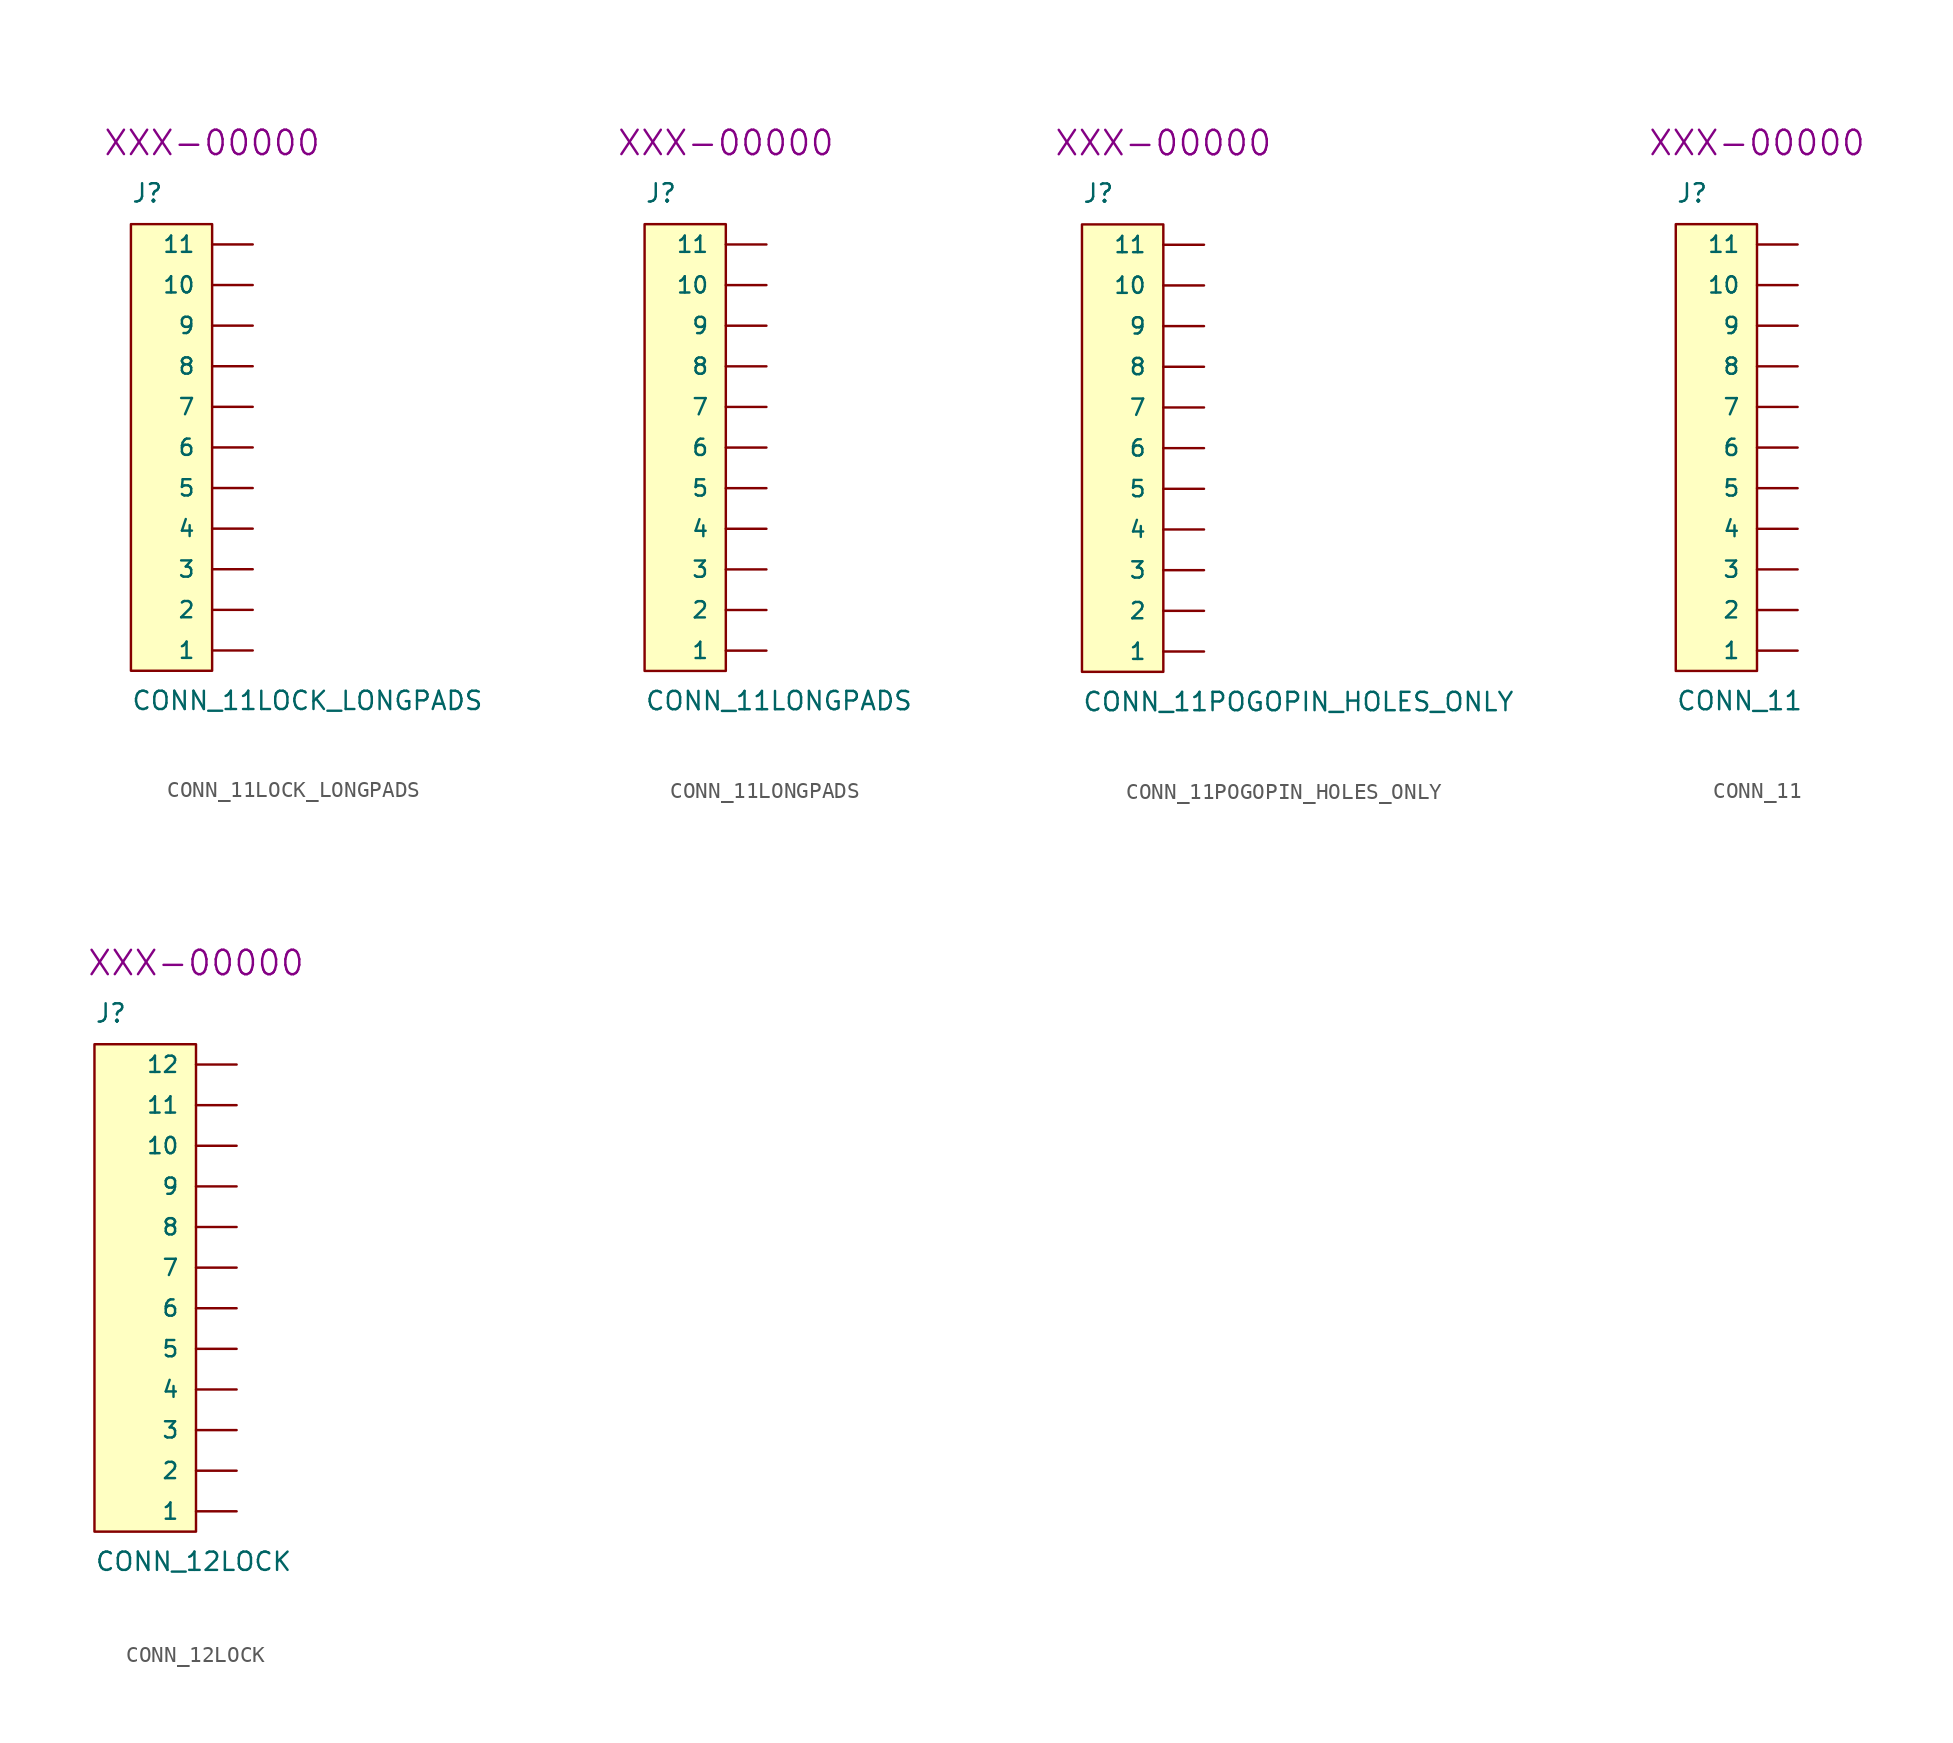
<source format=kicad_sym>
(kicad_symbol_lib
  (version 20220914)
  (generator kicad_symbol_editor)
  (symbol "CONN_11LOCK_LONGPADS"
    (pin_numbers hide)
    (pin_names
      (offset 1.016))
    (property "Reference" "J"
      (at -5.08 27.94 0)
      (effects (font (size 1.143 1.143)) (justify left bottom)))
    (property "Value" "CONN_11LOCK_LONGPADS"
      (at -5.08 -3.81 0)
      (effects (font (size 1.143 1.143)) (justify left bottom)))
    (property "Field4" "XXX-00000"
      (at 0 31.75 0)
      (effects (font (size 1.524 1.524))))
    (property "ki_locked" ""
      (at 0 0 0)
      (effects (font (size 1.27 1.27))))
    (symbol "CONN_11LOCK_LONGPADS_0_1"
      (rectangle (start 0 -1.27) (end -5.08 26.67) (stroke (width 0) (type solid)) (fill (type background))))
    (symbol "CONN_11LOCK_LONGPADS_1_1"
      (pin passive line (at 2.54 0 180) (length 2.54) (name "1" (effects (font (size 1.016 1.016)))) (number "1" (effects (font (size 1.016 1.016)))))
      (pin passive line (at 2.54 22.86 180) (length 2.54) (name "10" (effects (font (size 1.016 1.016)))) (number "10" (effects (font (size 1.016 1.016)))))
      (pin passive line (at 2.54 25.4 180) (length 2.54) (name "11" (effects (font (size 1.016 1.016)))) (number "11" (effects (font (size 1.016 1.016)))))
      (pin passive line (at 2.54 2.54 180) (length 2.54) (name "2" (effects (font (size 1.016 1.016)))) (number "2" (effects (font (size 1.016 1.016)))))
      (pin passive line (at 2.54 5.08 180) (length 2.54) (name "3" (effects (font (size 1.016 1.016)))) (number "3" (effects (font (size 1.016 1.016)))))
      (pin passive line (at 2.54 7.62 180) (length 2.54) (name "4" (effects (font (size 1.016 1.016)))) (number "4" (effects (font (size 1.016 1.016)))))
      (pin passive line (at 2.54 10.16 180) (length 2.54) (name "5" (effects (font (size 1.016 1.016)))) (number "5" (effects (font (size 1.016 1.016)))))
      (pin passive line (at 2.54 12.7 180) (length 2.54) (name "6" (effects (font (size 1.016 1.016)))) (number "6" (effects (font (size 1.016 1.016)))))
      (pin passive line (at 2.54 15.24 180) (length 2.54) (name "7" (effects (font (size 1.016 1.016)))) (number "7" (effects (font (size 1.016 1.016)))))
      (pin passive line (at 2.54 17.78 180) (length 2.54) (name "8" (effects (font (size 1.016 1.016)))) (number "8" (effects (font (size 1.016 1.016)))))
      (pin passive line (at 2.54 20.32 180) (length 2.54) (name "9" (effects (font (size 1.016 1.016)))) (number "9" (effects (font (size 1.016 1.016)))))))
  (symbol "CONN_11LONGPADS"
    (pin_numbers hide)
    (pin_names
      (offset 1.016))
    (property "Reference" "J"
      (at -5.08 27.94 0)
      (effects (font (size 1.143 1.143)) (justify left bottom)))
    (property "Value" "CONN_11LONGPADS"
      (at -5.08 -3.81 0)
      (effects (font (size 1.143 1.143)) (justify left bottom)))
    (property "Field4" "XXX-00000"
      (at 0 31.75 0)
      (effects (font (size 1.524 1.524))))
    (property "ki_locked" ""
      (at 0 0 0)
      (effects (font (size 1.27 1.27))))
    (symbol "CONN_11LONGPADS_0_1"
      (rectangle (start 0 -1.27) (end -5.08 26.67) (stroke (width 0) (type solid)) (fill (type background))))
    (symbol "CONN_11LONGPADS_1_1"
      (pin passive line (at 2.54 0 180) (length 2.54) (name "1" (effects (font (size 1.016 1.016)))) (number "1" (effects (font (size 1.016 1.016)))))
      (pin passive line (at 2.54 22.86 180) (length 2.54) (name "10" (effects (font (size 1.016 1.016)))) (number "10" (effects (font (size 1.016 1.016)))))
      (pin passive line (at 2.54 25.4 180) (length 2.54) (name "11" (effects (font (size 1.016 1.016)))) (number "11" (effects (font (size 1.016 1.016)))))
      (pin passive line (at 2.54 2.54 180) (length 2.54) (name "2" (effects (font (size 1.016 1.016)))) (number "2" (effects (font (size 1.016 1.016)))))
      (pin passive line (at 2.54 5.08 180) (length 2.54) (name "3" (effects (font (size 1.016 1.016)))) (number "3" (effects (font (size 1.016 1.016)))))
      (pin passive line (at 2.54 7.62 180) (length 2.54) (name "4" (effects (font (size 1.016 1.016)))) (number "4" (effects (font (size 1.016 1.016)))))
      (pin passive line (at 2.54 10.16 180) (length 2.54) (name "5" (effects (font (size 1.016 1.016)))) (number "5" (effects (font (size 1.016 1.016)))))
      (pin passive line (at 2.54 12.7 180) (length 2.54) (name "6" (effects (font (size 1.016 1.016)))) (number "6" (effects (font (size 1.016 1.016)))))
      (pin passive line (at 2.54 15.24 180) (length 2.54) (name "7" (effects (font (size 1.016 1.016)))) (number "7" (effects (font (size 1.016 1.016)))))
      (pin passive line (at 2.54 17.78 180) (length 2.54) (name "8" (effects (font (size 1.016 1.016)))) (number "8" (effects (font (size 1.016 1.016)))))
      (pin passive line (at 2.54 20.32 180) (length 2.54) (name "9" (effects (font (size 1.016 1.016)))) (number "9" (effects (font (size 1.016 1.016)))))))
  (symbol "CONN_11POGOPIN_HOLES_ONLY"
    (pin_numbers hide)
    (pin_names
      (offset 1.016))
    (property "Reference" "J"
      (at -5.08 27.94 0)
      (effects (font (size 1.143 1.143)) (justify left bottom)))
    (property "Value" "CONN_11POGOPIN_HOLES_ONLY"
      (at -5.08 -3.81 0)
      (effects (font (size 1.143 1.143)) (justify left bottom)))
    (property "Field4" "XXX-00000"
      (at 0 31.75 0)
      (effects (font (size 1.524 1.524))))
    (property "ki_locked" ""
      (at 0 0 0)
      (effects (font (size 1.27 1.27))))
    (symbol "CONN_11POGOPIN_HOLES_ONLY_0_1"
      (rectangle (start 0 -1.27) (end -5.08 26.67) (stroke (width 0) (type solid)) (fill (type background))))
    (symbol "CONN_11POGOPIN_HOLES_ONLY_1_1"
      (pin passive line (at 2.54 0 180) (length 2.54) (name "1" (effects (font (size 1.016 1.016)))) (number "1" (effects (font (size 1.016 1.016)))))
      (pin passive line (at 2.54 22.86 180) (length 2.54) (name "10" (effects (font (size 1.016 1.016)))) (number "10" (effects (font (size 1.016 1.016)))))
      (pin passive line (at 2.54 25.4 180) (length 2.54) (name "11" (effects (font (size 1.016 1.016)))) (number "11" (effects (font (size 1.016 1.016)))))
      (pin passive line (at 2.54 2.54 180) (length 2.54) (name "2" (effects (font (size 1.016 1.016)))) (number "2" (effects (font (size 1.016 1.016)))))
      (pin passive line (at 2.54 5.08 180) (length 2.54) (name "3" (effects (font (size 1.016 1.016)))) (number "3" (effects (font (size 1.016 1.016)))))
      (pin passive line (at 2.54 7.62 180) (length 2.54) (name "4" (effects (font (size 1.016 1.016)))) (number "4" (effects (font (size 1.016 1.016)))))
      (pin passive line (at 2.54 10.16 180) (length 2.54) (name "5" (effects (font (size 1.016 1.016)))) (number "5" (effects (font (size 1.016 1.016)))))
      (pin passive line (at 2.54 12.7 180) (length 2.54) (name "6" (effects (font (size 1.016 1.016)))) (number "6" (effects (font (size 1.016 1.016)))))
      (pin passive line (at 2.54 15.24 180) (length 2.54) (name "7" (effects (font (size 1.016 1.016)))) (number "7" (effects (font (size 1.016 1.016)))))
      (pin passive line (at 2.54 17.78 180) (length 2.54) (name "8" (effects (font (size 1.016 1.016)))) (number "8" (effects (font (size 1.016 1.016)))))
      (pin passive line (at 2.54 20.32 180) (length 2.54) (name "9" (effects (font (size 1.016 1.016)))) (number "9" (effects (font (size 1.016 1.016)))))))
  (symbol "CONN_11"
    (pin_numbers hide)
    (pin_names
      (offset 1.016))
    (property "Reference" "J"
      (at -5.08 27.94 0)
      (effects (font (size 1.143 1.143)) (justify left bottom)))
    (property "Value" "CONN_11"
      (at -5.08 -3.81 0)
      (effects (font (size 1.143 1.143)) (justify left bottom)))
    (property "Field4" "XXX-00000"
      (at 0 31.75 0)
      (effects (font (size 1.524 1.524))))
    (property "ki_locked" ""
      (at 0 0 0)
      (effects (font (size 1.27 1.27))))
    (symbol "CONN_11_0_1"
      (rectangle (start 0 -1.27) (end -5.08 26.67) (stroke (width 0) (type solid)) (fill (type background))))
    (symbol "CONN_11_1_1"
      (pin passive line (at 2.54 0 180) (length 2.54) (name "1" (effects (font (size 1.016 1.016)))) (number "1" (effects (font (size 1.016 1.016)))))
      (pin passive line (at 2.54 22.86 180) (length 2.54) (name "10" (effects (font (size 1.016 1.016)))) (number "10" (effects (font (size 1.016 1.016)))))
      (pin passive line (at 2.54 25.4 180) (length 2.54) (name "11" (effects (font (size 1.016 1.016)))) (number "11" (effects (font (size 1.016 1.016)))))
      (pin passive line (at 2.54 2.54 180) (length 2.54) (name "2" (effects (font (size 1.016 1.016)))) (number "2" (effects (font (size 1.016 1.016)))))
      (pin passive line (at 2.54 5.08 180) (length 2.54) (name "3" (effects (font (size 1.016 1.016)))) (number "3" (effects (font (size 1.016 1.016)))))
      (pin passive line (at 2.54 7.62 180) (length 2.54) (name "4" (effects (font (size 1.016 1.016)))) (number "4" (effects (font (size 1.016 1.016)))))
      (pin passive line (at 2.54 10.16 180) (length 2.54) (name "5" (effects (font (size 1.016 1.016)))) (number "5" (effects (font (size 1.016 1.016)))))
      (pin passive line (at 2.54 12.7 180) (length 2.54) (name "6" (effects (font (size 1.016 1.016)))) (number "6" (effects (font (size 1.016 1.016)))))
      (pin passive line (at 2.54 15.24 180) (length 2.54) (name "7" (effects (font (size 1.016 1.016)))) (number "7" (effects (font (size 1.016 1.016)))))
      (pin passive line (at 2.54 17.78 180) (length 2.54) (name "8" (effects (font (size 1.016 1.016)))) (number "8" (effects (font (size 1.016 1.016)))))
      (pin passive line (at 2.54 20.32 180) (length 2.54) (name "9" (effects (font (size 1.016 1.016)))) (number "9" (effects (font (size 1.016 1.016)))))))
  (symbol "CONN_12LOCK"
    (pin_numbers hide)
    (pin_names
      (offset 1.016))
    (property "Reference" "J"
      (at -6.35 30.48 0)
      (effects (font (size 1.143 1.143)) (justify left bottom)))
    (property "Value" "CONN_12LOCK"
      (at -6.35 -3.81 0)
      (effects (font (size 1.143 1.143)) (justify left bottom)))
    (property "Field4" "XXX-00000"
      (at 0 34.29 0)
      (effects (font (size 1.524 1.524))))
    (property "ki_locked" ""
      (at 0 0 0)
      (effects (font (size 1.27 1.27))))
    (symbol "CONN_12LOCK_0_1"
      (rectangle (start 0 -1.27) (end -6.35 29.21) (stroke (width 0) (type solid)) (fill (type background))))
    (symbol "CONN_12LOCK_1_1"
      (pin passive line (at 2.54 0 180) (length 2.54) (name "1" (effects (font (size 1.016 1.016)))) (number "1" (effects (font (size 1.016 1.016)))))
      (pin passive line (at 2.54 22.86 180) (length 2.54) (name "10" (effects (font (size 1.016 1.016)))) (number "10" (effects (font (size 1.016 1.016)))))
      (pin passive line (at 2.54 25.4 180) (length 2.54) (name "11" (effects (font (size 1.016 1.016)))) (number "11" (effects (font (size 1.016 1.016)))))
      (pin passive line (at 2.54 27.94 180) (length 2.54) (name "12" (effects (font (size 1.016 1.016)))) (number "12" (effects (font (size 1.016 1.016)))))
      (pin passive line (at 2.54 2.54 180) (length 2.54) (name "2" (effects (font (size 1.016 1.016)))) (number "2" (effects (font (size 1.016 1.016)))))
      (pin passive line (at 2.54 5.08 180) (length 2.54) (name "3" (effects (font (size 1.016 1.016)))) (number "3" (effects (font (size 1.016 1.016)))))
      (pin passive line (at 2.54 7.62 180) (length 2.54) (name "4" (effects (font (size 1.016 1.016)))) (number "4" (effects (font (size 1.016 1.016)))))
      (pin passive line (at 2.54 10.16 180) (length 2.54) (name "5" (effects (font (size 1.016 1.016)))) (number "5" (effects (font (size 1.016 1.016)))))
      (pin passive line (at 2.54 12.7 180) (length 2.54) (name "6" (effects (font (size 1.016 1.016)))) (number "6" (effects (font (size 1.016 1.016)))))
      (pin passive line (at 2.54 15.24 180) (length 2.54) (name "7" (effects (font (size 1.016 1.016)))) (number "7" (effects (font (size 1.016 1.016)))))
      (pin passive line (at 2.54 17.78 180) (length 2.54) (name "8" (effects (font (size 1.016 1.016)))) (number "8" (effects (font (size 1.016 1.016)))))
      (pin passive line (at 2.54 20.32 180) (length 2.54) (name "9" (effects (font (size 1.016 1.016)))) (number "9" (effects (font (size 1.016 1.016))))))))
</source>
